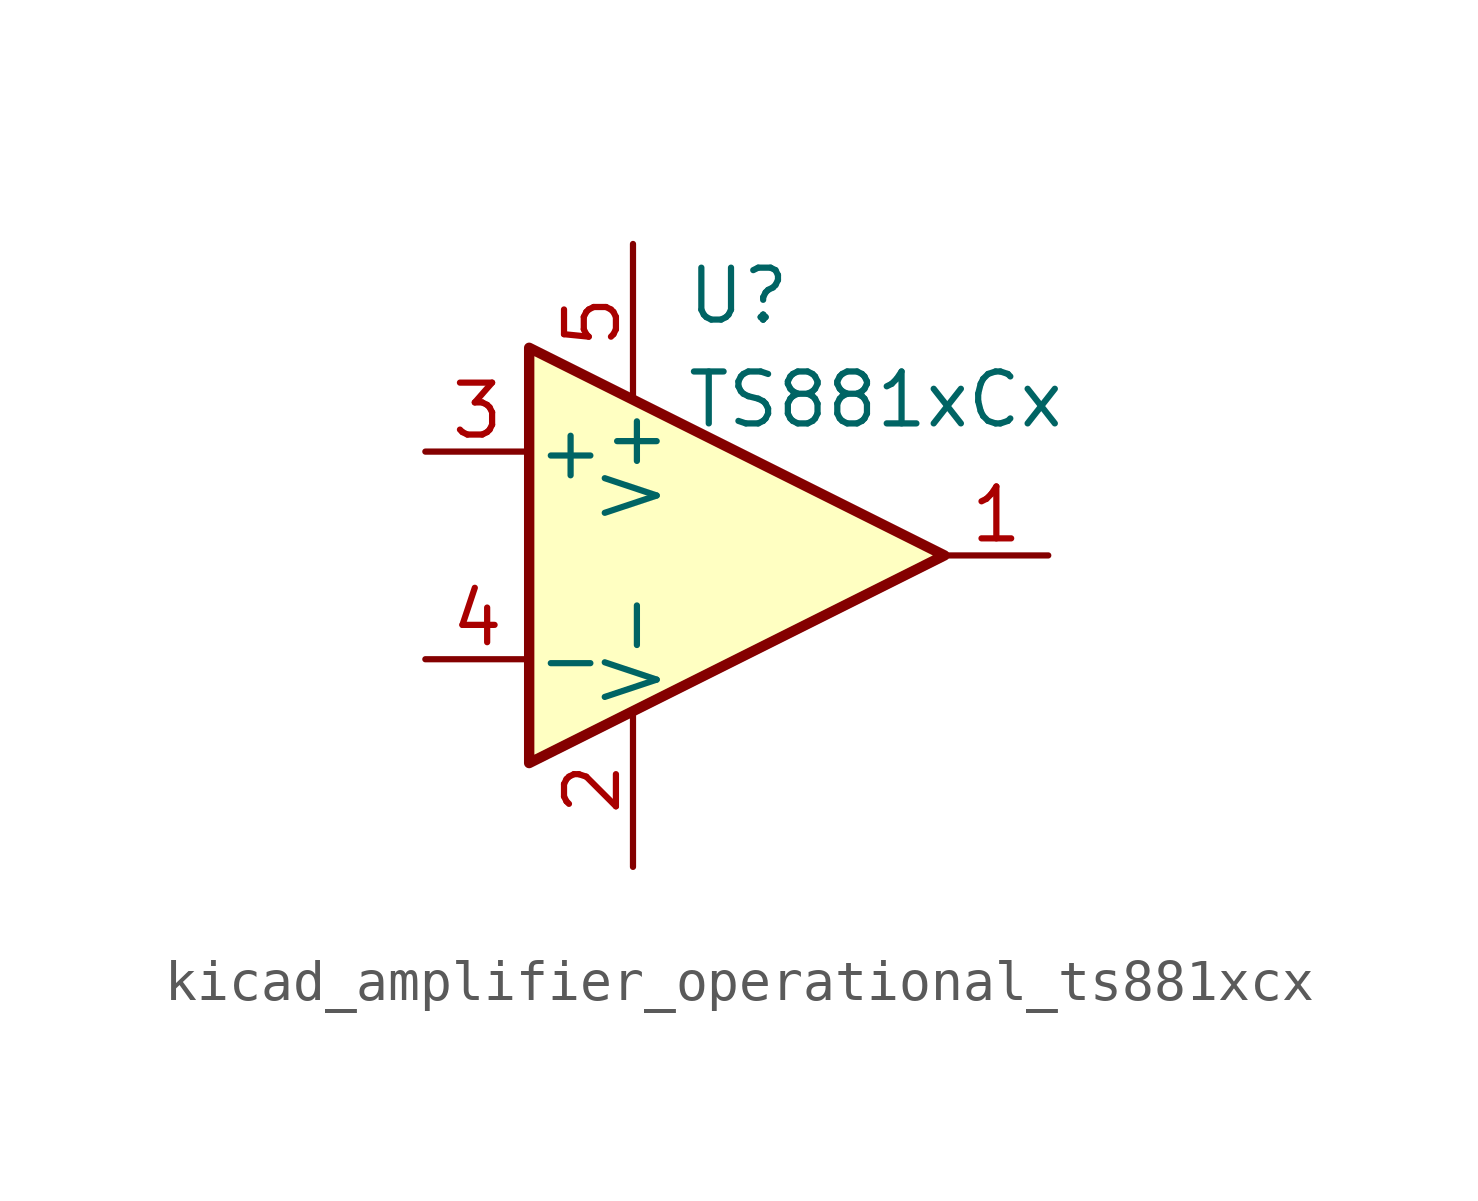
<source format=kicad_sym>
(kicad_symbol_lib
  (version 20220914)
  (generator kicad_symbol_editor)
  (symbol "kicad_amplifier_operational_ts881xcx"
    (pin_names
      (offset 0.127))
    (property "Reference" "U"
      (at -1.27 6.35 0)
      (effects (font (size 1.27 1.27)) (justify left)))
    (property "Value" "TS881xCx"
      (at -1.27 3.81 0)
      (effects (font (size 1.27 1.27)) (justify left)))
    (symbol "kicad_amplifier_operational_ts881xcx_0_1"
      (polyline (pts (xy -5.08 5.08) (xy 5.08 0) (xy -5.08 -5.08) (xy -5.08 5.08)) (stroke (width 0.254) (type default)) (fill (type background)))
      (pin power_in line (at -2.54 -7.62 90) (length 3.81) (name "V-" (effects (font (size 1.27 1.27)))) (number "2" (effects (font (size 1.27 1.27)))))
      (pin power_in line (at -2.54 7.62 270) (length 3.81) (name "V+" (effects (font (size 1.27 1.27)))) (number "5" (effects (font (size 1.27 1.27))))))
    (symbol "kicad_amplifier_operational_ts881xcx_1_1"
      (pin output line (at 7.62 0 180) (length 2.54) (name "~" (effects (font (size 1.27 1.27)))) (number "1" (effects (font (size 1.27 1.27)))))
      (pin input line (at -7.62 2.54 0) (length 2.54) (name "+" (effects (font (size 1.27 1.27)))) (number "3" (effects (font (size 1.27 1.27)))))
      (pin input line (at -7.62 -2.54 0) (length 2.54) (name "-" (effects (font (size 1.27 1.27)))) (number "4" (effects (font (size 1.27 1.27))))))))
</source>
